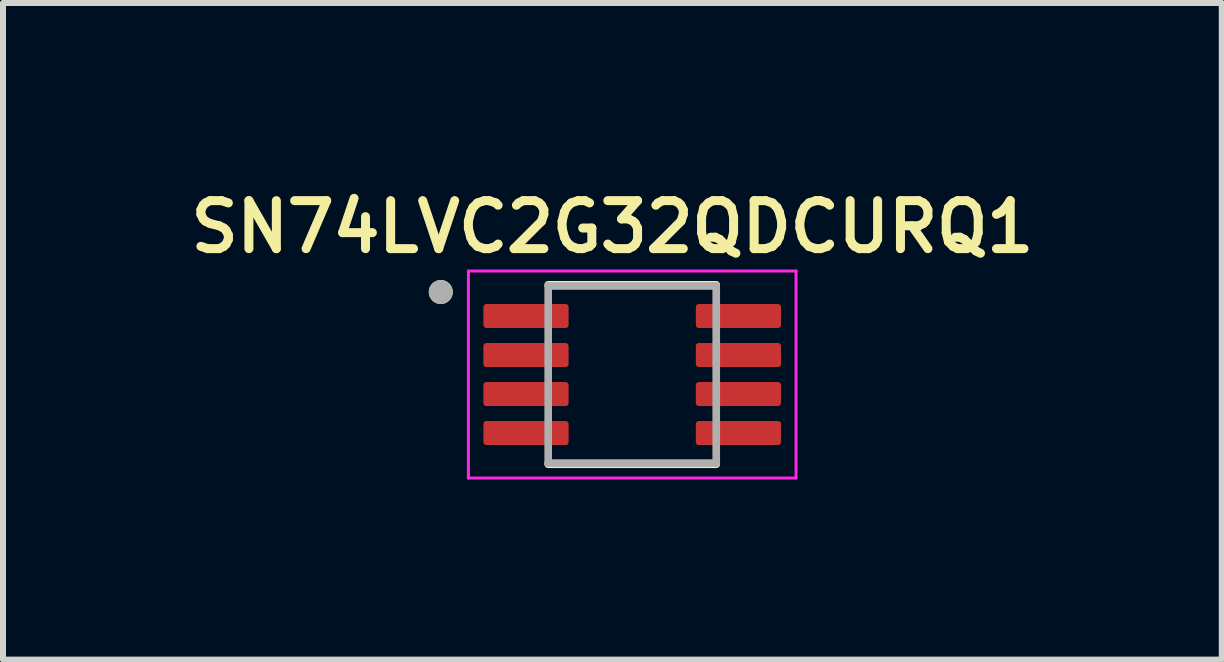
<source format=kicad_pcb>
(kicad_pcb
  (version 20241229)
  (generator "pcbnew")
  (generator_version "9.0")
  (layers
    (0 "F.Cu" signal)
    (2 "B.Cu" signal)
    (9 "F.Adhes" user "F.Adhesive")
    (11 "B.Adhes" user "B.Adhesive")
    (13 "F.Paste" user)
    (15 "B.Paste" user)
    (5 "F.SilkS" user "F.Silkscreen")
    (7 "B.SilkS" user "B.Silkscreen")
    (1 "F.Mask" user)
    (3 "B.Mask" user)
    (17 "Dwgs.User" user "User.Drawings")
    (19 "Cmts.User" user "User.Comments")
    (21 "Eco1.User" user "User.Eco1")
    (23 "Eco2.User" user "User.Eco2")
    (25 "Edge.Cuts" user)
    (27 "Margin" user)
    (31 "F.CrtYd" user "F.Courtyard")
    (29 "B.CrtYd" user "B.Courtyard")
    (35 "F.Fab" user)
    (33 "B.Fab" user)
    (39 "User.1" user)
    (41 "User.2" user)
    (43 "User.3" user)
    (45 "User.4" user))
  (footprint "SN74LVC2G32QDCURQ1"
    (layer "F.Cu")
    (at 7.485 3.191)
    (property "Reference" "SN74LVC2G32QDCURQ1" (at -0.33 -2.46 0) (layer "F.SilkS") (effects (font (size 0.8 0.8) (thickness 0.15))))
    (attr smd)
    (fp_line (start -1.4 -1.495) (end 1.4 -1.495) (stroke (width 0.127) (type solid)) (layer "F.SilkS"))
    (fp_line (start -1.4 1.495) (end 1.4 1.495) (stroke (width 0.127) (type solid)) (layer "F.SilkS"))
    (fp_circle (center -3.19 -1.375) (end -3.09 -1.375) (stroke (width 0.2) (type solid)) (fill no) (layer "F.SilkS"))
    (fp_line (start -2.73 -1.725) (end -2.73 1.725) (stroke (width 0.05) (type solid)) (layer "F.CrtYd"))
    (fp_line (start -2.73 -1.725) (end 2.73 -1.725) (stroke (width 0.05) (type solid)) (layer "F.CrtYd"))
    (fp_line (start -2.73 1.725) (end 2.73 1.725) (stroke (width 0.05) (type solid)) (layer "F.CrtYd"))
    (fp_line (start 2.73 -1.725) (end 2.73 1.725) (stroke (width 0.05) (type solid)) (layer "F.CrtYd"))
    (fp_line (start -1.4 -1.475) (end -1.4 1.475) (stroke (width 0.127) (type solid)) (layer "F.Fab"))
    (fp_line (start -1.4 -1.475) (end 1.4 -1.475) (stroke (width 0.127) (type solid)) (layer "F.Fab"))
    (fp_line (start -1.4 1.475) (end 1.4 1.475) (stroke (width 0.127) (type solid)) (layer "F.Fab"))
    (fp_line (start 1.4 -1.475) (end 1.4 1.475) (stroke (width 0.127) (type solid)) (layer "F.Fab"))
    (fp_circle (center -3.19 -1.375) (end -3.09 -1.375) (stroke (width 0.2) (type solid)) (fill no) (layer "F.Fab"))
    (pad "1" smd roundrect (at -1.77 -0.975) (size 1.42 0.4) (layers "F.Cu" "F.Mask" "F.Paste") (roundrect_rratio 0.125))
    (pad "2" smd roundrect (at -1.77 -0.325) (size 1.42 0.4) (layers "F.Cu" "F.Mask" "F.Paste") (roundrect_rratio 0.125))
    (pad "3" smd roundrect (at -1.77 0.325) (size 1.42 0.4) (layers "F.Cu" "F.Mask" "F.Paste") (roundrect_rratio 0.125))
    (pad "4" smd roundrect (at -1.77 0.975) (size 1.42 0.4) (layers "F.Cu" "F.Mask" "F.Paste") (roundrect_rratio 0.125))
    (pad "5" smd roundrect (at 1.77 0.975) (size 1.42 0.4) (layers "F.Cu" "F.Mask" "F.Paste") (roundrect_rratio 0.125))
    (pad "6" smd roundrect (at 1.77 0.325) (size 1.42 0.4) (layers "F.Cu" "F.Mask" "F.Paste") (roundrect_rratio 0.125))
    (pad "7" smd roundrect (at 1.77 -0.325) (size 1.42 0.4) (layers "F.Cu" "F.Mask" "F.Paste") (roundrect_rratio 0.125))
    (pad "8" smd roundrect (at 1.77 -0.975) (size 1.42 0.4) (layers "F.Cu" "F.Mask" "F.Paste") (roundrect_rratio 0.125)))
  (gr_rect
    (start -3 -3)
    (end 17.309 7.941)
    (stroke (width 0.1) (type default))
    (fill no)
    (layer "Edge.Cuts")))
</source>
